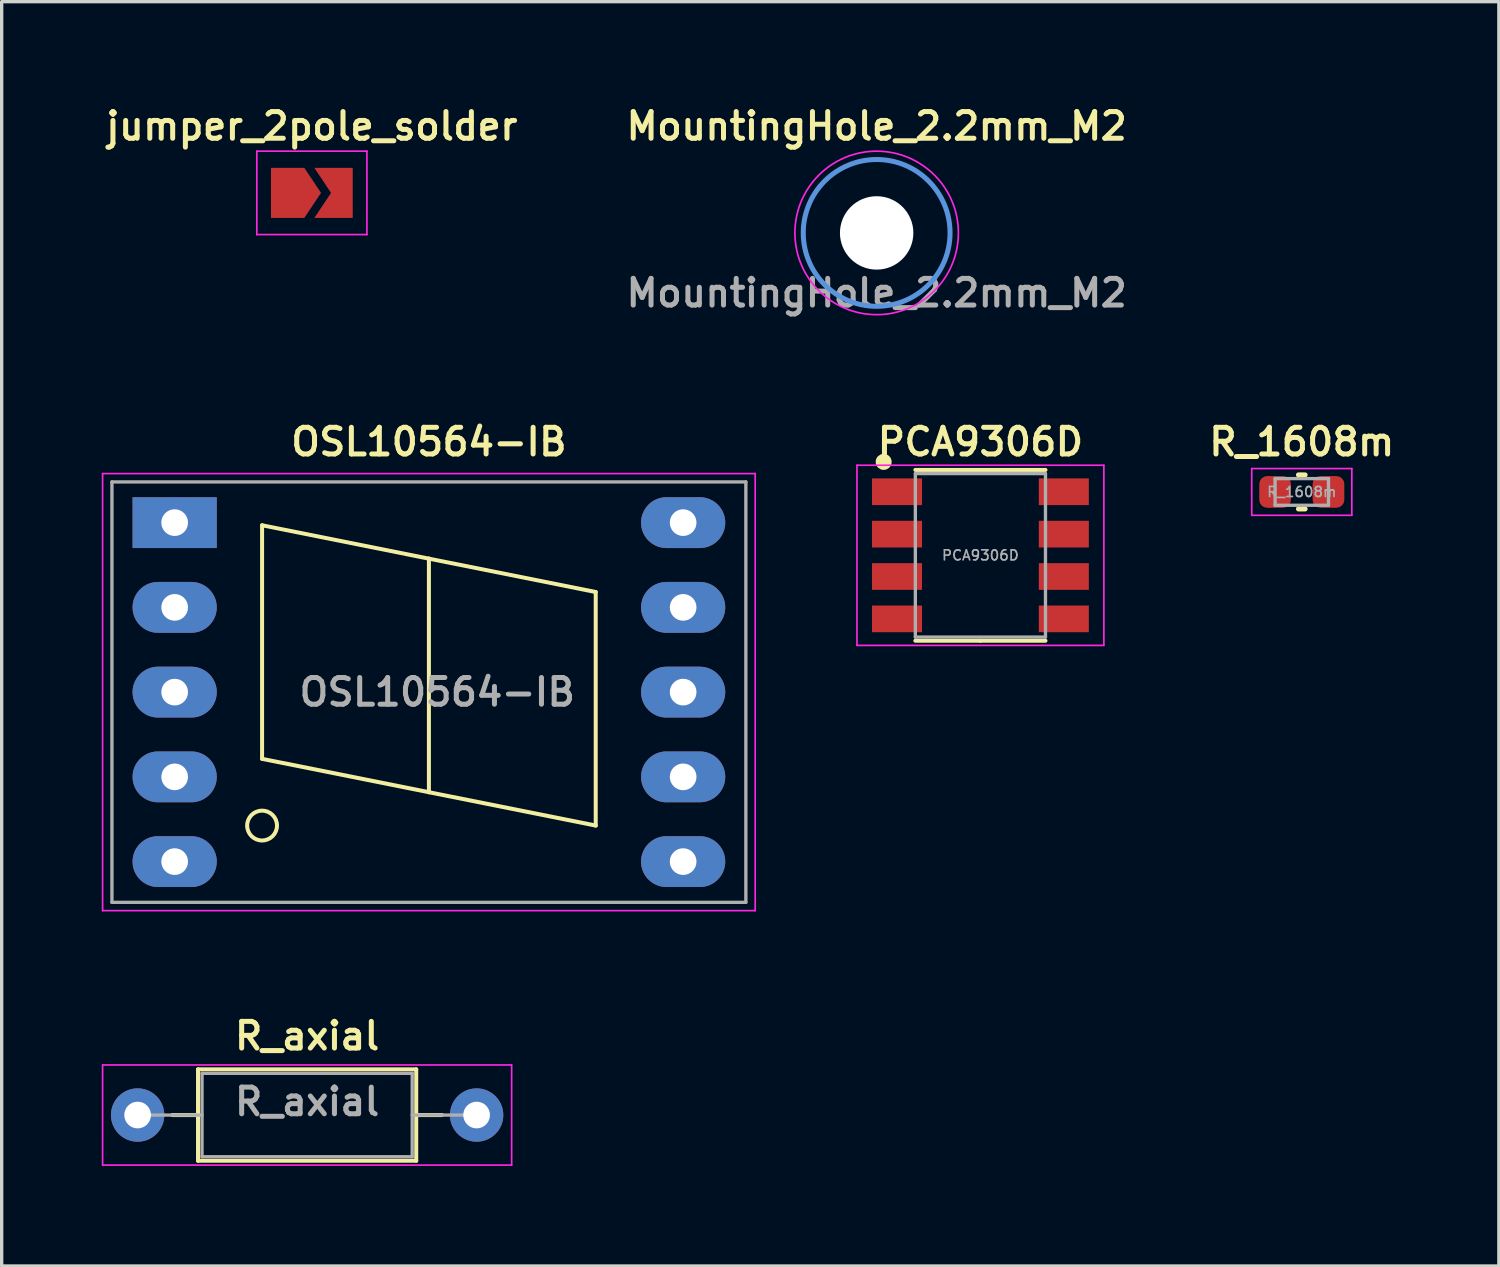
<source format=kicad_pcb>
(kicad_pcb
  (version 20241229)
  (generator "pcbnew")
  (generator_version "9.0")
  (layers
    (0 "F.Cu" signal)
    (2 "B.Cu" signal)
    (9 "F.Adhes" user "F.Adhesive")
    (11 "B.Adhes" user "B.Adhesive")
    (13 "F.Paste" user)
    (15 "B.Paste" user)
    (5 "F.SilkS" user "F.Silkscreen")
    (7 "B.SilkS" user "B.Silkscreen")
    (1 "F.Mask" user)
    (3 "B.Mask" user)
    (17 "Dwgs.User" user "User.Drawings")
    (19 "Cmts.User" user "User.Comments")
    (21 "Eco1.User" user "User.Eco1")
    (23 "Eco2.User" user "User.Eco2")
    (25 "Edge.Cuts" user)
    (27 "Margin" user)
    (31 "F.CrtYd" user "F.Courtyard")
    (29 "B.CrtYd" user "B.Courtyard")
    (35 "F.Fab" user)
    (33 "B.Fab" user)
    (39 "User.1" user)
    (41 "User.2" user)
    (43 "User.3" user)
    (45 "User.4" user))
  (footprint "R_axial"
    (layer "F.Cu")
    (at 1.075 30.37)
    (property "Reference" "R_axial" (at 5.08 -2.37 0) (layer "F.SilkS") (effects (font (size 0.8 0.8) (thickness 0.15))))
    (attr through_hole)
    (fp_line (start 1.04 0) (end 1.81 0) (stroke (width 0.12) (type solid)) (layer "F.SilkS"))
    (fp_line (start 1.81 -1.37) (end 1.81 1.37) (stroke (width 0.12) (type solid)) (layer "F.SilkS"))
    (fp_line (start 1.81 1.37) (end 8.35 1.37) (stroke (width 0.12) (type solid)) (layer "F.SilkS"))
    (fp_line (start 8.35 -1.37) (end 1.81 -1.37) (stroke (width 0.12) (type solid)) (layer "F.SilkS"))
    (fp_line (start 8.35 1.37) (end 8.35 -1.37) (stroke (width 0.12) (type solid)) (layer "F.SilkS"))
    (fp_line (start 9.12 0) (end 8.35 0) (stroke (width 0.12) (type solid)) (layer "F.SilkS"))
    (fp_line (start -1.05 -1.5) (end -1.05 1.5) (stroke (width 0.05) (type solid)) (layer "F.CrtYd"))
    (fp_line (start -1.05 1.5) (end 11.21 1.5) (stroke (width 0.05) (type solid)) (layer "F.CrtYd"))
    (fp_line (start 11.21 -1.5) (end -1.05 -1.5) (stroke (width 0.05) (type solid)) (layer "F.CrtYd"))
    (fp_line (start 11.21 1.5) (end 11.21 -1.5) (stroke (width 0.05) (type solid)) (layer "F.CrtYd"))
    (fp_line (start 0 0) (end 1.93 0) (stroke (width 0.1) (type solid)) (layer "F.Fab"))
    (fp_line (start 1.93 -1.25) (end 1.93 1.25) (stroke (width 0.1) (type solid)) (layer "F.Fab"))
    (fp_line (start 1.93 1.25) (end 8.23 1.25) (stroke (width 0.1) (type solid)) (layer "F.Fab"))
    (fp_line (start 8.23 -1.25) (end 1.93 -1.25) (stroke (width 0.1) (type solid)) (layer "F.Fab"))
    (fp_line (start 8.23 1.25) (end 8.23 -1.25) (stroke (width 0.1) (type solid)) (layer "F.Fab"))
    (fp_line (start 10.16 0) (end 8.23 0) (stroke (width 0.1) (type solid)) (layer "F.Fab"))
    (fp_text user "${REFERENCE}" (at 5.08 -0.4 0) (layer "F.Fab") (effects (font (size 0.8 0.8) (thickness 0.15))))
    (pad "1" thru_hole circle (at 0 0) (size 1.6 1.6) (drill 0.8) (layers "*.Cu" "*.Mask"))
    (pad "2" thru_hole oval (at 10.16 0) (size 1.6 1.6) (drill 0.8) (layers "*.Cu" "*.Mask")))
  (footprint "MountingHole_2.2mm_M2"
    (layer "F.Cu")
    (at 23.225 3.931)
    (property "Reference" "MountingHole_2.2mm_M2" (at 0 -3.2 0) (layer "F.SilkS") (effects (font (size 0.8 0.8) (thickness 0.15))))
    (attr exclude_from_pos_files exclude_from_bom)
    (fp_circle (center 0 0) (end 2.2 0) (stroke (width 0.15) (type solid)) (fill no) (layer "Cmts.User"))
    (fp_circle (center 0 0) (end 2.45 0) (stroke (width 0.05) (type solid)) (fill no) (layer "F.CrtYd"))
    (fp_text user "${REFERENCE}" (at 0 1.8 0) (layer "F.Fab") (effects (font (size 0.8 0.8) (thickness 0.15))))
    (pad "" np_thru_hole circle (at 0 0) (size 2.2 2.2) (drill 2.2) (layers "*.Cu" "*.Mask")))
  (footprint "OSL10564-IB"
    (layer "F.Cu")
    (at 2.185 12.614)
    (property "Reference" "OSL10564-IB" (at 7.62 -2.42 0) (layer "F.SilkS") (effects (font (size 0.8 0.8) (thickness 0.15))))
    (attr through_hole)
    (fp_line (start 2.62 0.08) (end 2.62 7.08) (stroke (width 0.12) (type solid)) (layer "F.SilkS"))
    (fp_line (start 2.62 7.08) (end 7.62 8.08) (stroke (width 0.12) (type solid)) (layer "F.SilkS"))
    (fp_line (start 7.62 1.08) (end 2.62 0.08) (stroke (width 0.12) (type solid)) (layer "F.SilkS"))
    (fp_line (start 7.62 8.08) (end 7.62 1.08) (stroke (width 0.12) (type solid)) (layer "F.SilkS"))
    (fp_line (start 12.62 2.08) (end 7.62 1.08) (stroke (width 0.12) (type solid)) (layer "F.SilkS"))
    (fp_line (start 12.62 2.08) (end 12.62 9.08) (stroke (width 0.12) (type solid)) (layer "F.SilkS"))
    (fp_line (start 12.62 9.08) (end 7.62 8.08) (stroke (width 0.12) (type solid)) (layer "F.SilkS"))
    (fp_circle (center 2.62 9.08) (end 3.067 9.08) (stroke (width 0.12) (type solid)) (fill no) (layer "F.SilkS"))
    (fp_line (start -2.16 -1.47) (end -2.16 11.63) (stroke (width 0.05) (type solid)) (layer "F.CrtYd"))
    (fp_line (start -2.16 -1.47) (end 17.4 -1.47) (stroke (width 0.05) (type solid)) (layer "F.CrtYd"))
    (fp_line (start -2.16 11.63) (end 17.4 11.63) (stroke (width 0.05) (type solid)) (layer "F.CrtYd"))
    (fp_line (start 17.4 -1.47) (end 17.4 11.63) (stroke (width 0.05) (type solid)) (layer "F.CrtYd"))
    (fp_line (start -1.88 -1.22) (end -1.88 11.38) (stroke (width 0.1) (type solid)) (layer "F.Fab"))
    (fp_line (start -1.88 -1.22) (end 17.12 -1.22) (stroke (width 0.1) (type solid)) (layer "F.Fab"))
    (fp_line (start -1.88 11.38) (end 17.12 11.38) (stroke (width 0.1) (type solid)) (layer "F.Fab"))
    (fp_line (start 17.12 11.38) (end 17.12 -1.22) (stroke (width 0.1) (type solid)) (layer "F.Fab"))
    (fp_text user "${REFERENCE}" (at 7.87 5.08 0) (layer "F.Fab") (effects (font (size 0.8 0.8) (thickness 0.15))))
    (pad "1" thru_hole rect (at 0 0 270) (size 1.524 2.524) (drill 0.8) (layers "*.Cu" "*.Mask"))
    (pad "2" thru_hole oval (at 0 2.54 270) (size 1.524 2.524) (drill 0.8) (layers "*.Cu" "*.Mask"))
    (pad "3" thru_hole oval (at 0 5.08 270) (size 1.524 2.524) (drill 0.8) (layers "*.Cu" "*.Mask"))
    (pad "4" thru_hole oval (at 0 7.62 270) (size 1.524 2.524) (drill 0.8) (layers "*.Cu" "*.Mask"))
    (pad "5" thru_hole oval (at 0 10.16 270) (size 1.524 2.524) (drill 0.8) (layers "*.Cu" "*.Mask"))
    (pad "6" thru_hole oval (at 15.24 10.16 270) (size 1.524 2.524) (drill 0.8) (layers "*.Cu" "*.Mask"))
    (pad "7" thru_hole oval (at 15.24 7.62 270) (size 1.524 2.524) (drill 0.8) (layers "*.Cu" "*.Mask"))
    (pad "8" thru_hole oval (at 15.24 5.08 270) (size 1.524 2.524) (drill 0.8) (layers "*.Cu" "*.Mask"))
    (pad "9" thru_hole oval (at 15.24 2.54 270) (size 1.524 2.524) (drill 0.8) (layers "*.Cu" "*.Mask"))
    (pad "10" thru_hole oval (at 15.24 0 270) (size 1.524 2.524) (drill 0.8) (layers "*.Cu" "*.Mask")))
  (footprint "R_1608m"
    (layer "F.Cu")
    (at 35.967 11.694)
    (property "Reference" "R_1608m" (at 0 -1.5 0) (layer "F.SilkS") (effects (font (size 0.8 0.8) (thickness 0.15))))
    (attr smd)
    (fp_line (start -0.1 -0.51) (end 0.1 -0.51) (stroke (width 0.15) (type solid)) (layer "F.SilkS"))
    (fp_line (start -0.1 0.51) (end 0.1 0.51) (stroke (width 0.15) (type solid)) (layer "F.SilkS"))
    (fp_line (start -1.5 -0.7) (end 1.5 -0.7) (stroke (width 0.05) (type solid)) (layer "F.CrtYd"))
    (fp_line (start -1.5 0.7) (end -1.5 -0.7) (stroke (width 0.05) (type solid)) (layer "F.CrtYd"))
    (fp_line (start 1.5 -0.7) (end 1.5 0.7) (stroke (width 0.05) (type solid)) (layer "F.CrtYd"))
    (fp_line (start 1.5 0.7) (end -1.5 0.7) (stroke (width 0.05) (type solid)) (layer "F.CrtYd"))
    (fp_line (start -0.8 -0.4) (end 0.8 -0.4) (stroke (width 0.1) (type solid)) (layer "F.Fab"))
    (fp_line (start -0.8 0.4) (end -0.8 -0.4) (stroke (width 0.1) (type solid)) (layer "F.Fab"))
    (fp_line (start 0.8 -0.4) (end 0.8 0.4) (stroke (width 0.1) (type solid)) (layer "F.Fab"))
    (fp_line (start 0.8 0.4) (end -0.8 0.4) (stroke (width 0.1) (type solid)) (layer "F.Fab"))
    (fp_text user "${REFERENCE}" (at 0 0 0) (layer "F.Fab") (effects (font (size 0.3 0.3) (thickness 0.05))))
    (pad "1" smd roundrect (at -0.8 0) (size 0.95 0.95) (layers "F.Cu" "F.Mask" "F.Paste") (roundrect_rratio 0.25))
    (pad "2" smd roundrect (at 0.8 0) (size 0.95 0.95) (layers "F.Cu" "F.Mask" "F.Paste") (roundrect_rratio 0.25)))
  (footprint "PCA9306D"
    (layer "F.Cu")
    (at 26.335 13.594)
    (property "Reference" "PCA9306D" (at 0 -3.4 0) (layer "F.SilkS") (effects (font (size 0.8 0.8) (thickness 0.15))))
    (attr smd)
    (fp_line (start -1.95 -2.56) (end 1.95 -2.56) (stroke (width 0.12) (type solid)) (layer "F.SilkS"))
    (fp_line (start 0 2.56) (end -1.95 2.56) (stroke (width 0.12) (type solid)) (layer "F.SilkS"))
    (fp_line (start 0 2.56) (end 1.95 2.56) (stroke (width 0.12) (type solid)) (layer "F.SilkS"))
    (fp_circle (center -2.9 -2.8) (end -2.78 -2.8) (stroke (width 0.24) (type solid)) (fill no) (layer "F.SilkS"))
    (fp_line (start -3.7 -2.7) (end -3.7 2.7) (stroke (width 0.05) (type solid)) (layer "F.CrtYd"))
    (fp_line (start -3.7 2.7) (end 3.7 2.7) (stroke (width 0.05) (type solid)) (layer "F.CrtYd"))
    (fp_line (start 3.7 -2.7) (end -3.7 -2.7) (stroke (width 0.05) (type solid)) (layer "F.CrtYd"))
    (fp_line (start 3.7 2.7) (end 3.7 -2.7) (stroke (width 0.05) (type solid)) (layer "F.CrtYd"))
    (fp_line (start -1.95 -2.45) (end 1.95 -2.45) (stroke (width 0.1) (type solid)) (layer "F.Fab"))
    (fp_line (start -1.95 2.45) (end -1.95 -2.45) (stroke (width 0.1) (type solid)) (layer "F.Fab"))
    (fp_line (start 1.95 -2.45) (end 1.95 2.45) (stroke (width 0.1) (type solid)) (layer "F.Fab"))
    (fp_line (start 1.95 2.45) (end -1.95 2.45) (stroke (width 0.1) (type solid)) (layer "F.Fab"))
    (fp_text user "${REFERENCE}" (at 0 0 0) (layer "F.Fab") (effects (font (size 0.3 0.3) (thickness 0.05))))
    (pad "1" smd rect (at -2.5 -1.905) (size 1.5 0.8) (layers "F.Cu" "F.Mask" "F.Paste"))
    (pad "2" smd rect (at -2.5 -0.635) (size 1.5 0.8) (layers "F.Cu" "F.Mask" "F.Paste"))
    (pad "3" smd rect (at -2.5 0.635) (size 1.5 0.8) (layers "F.Cu" "F.Mask" "F.Paste"))
    (pad "4" smd rect (at -2.5 1.905) (size 1.5 0.8) (layers "F.Cu" "F.Mask" "F.Paste"))
    (pad "5" smd rect (at 2.5 1.905) (size 1.5 0.8) (layers "F.Cu" "F.Mask" "F.Paste"))
    (pad "6" smd rect (at 2.5 0.635) (size 1.5 0.8) (layers "F.Cu" "F.Mask" "F.Paste"))
    (pad "7" smd rect (at 2.5 -0.635) (size 1.5 0.8) (layers "F.Cu" "F.Mask" "F.Paste"))
    (pad "8" smd rect (at 2.5 -1.905) (size 1.5 0.8) (layers "F.Cu" "F.Mask" "F.Paste")))
  (footprint "jumper_2pole_solder"
    (layer "F.Cu")
    (at 6.297 2.731)
    (property "Reference" "jumper_2pole_solder" (at 0 -2 0) (layer "F.SilkS") (effects (font (size 0.8 0.8) (thickness 0.15))))
    (attr exclude_from_pos_files exclude_from_bom)
    (fp_line (start -1.65 -1.25) (end -1.65 1.25) (stroke (width 0.05) (type solid)) (layer "F.CrtYd"))
    (fp_line (start -1.65 -1.25) (end 1.65 -1.25) (stroke (width 0.05) (type solid)) (layer "F.CrtYd"))
    (fp_line (start 1.65 1.25) (end -1.65 1.25) (stroke (width 0.05) (type solid)) (layer "F.CrtYd"))
    (fp_line (start 1.65 1.25) (end 1.65 -1.25) (stroke (width 0.05) (type solid)) (layer "F.CrtYd"))
    (pad "1" smd custom (at -0.725 0) (size 0.3 0.3) (layers "F.Cu" "F.Mask") (options (anchor rect)) (primitives (gr_poly (pts (xy 1 0) (xy 0.5 0.75) (xy -0.5 0.75) (xy -0.5 -0.75) (xy 0.5 -0.75)) (width 0) (fill yes))))
    (pad "2" smd custom (at 0.725 0) (size 0.3 0.3) (layers "F.Cu" "F.Mask") (options (anchor rect)) (primitives (gr_poly (pts (xy 0.5 0.75) (xy -0.65 0.75) (xy -0.15 0) (xy -0.65 -0.75) (xy 0.5 -0.75)) (width 0) (fill yes)))))
  (gr_rect
    (start -3 -3)
    (end 41.874 34.895)
    (stroke (width 0.1) (type default))
    (fill no)
    (layer "Edge.Cuts")))
</source>
